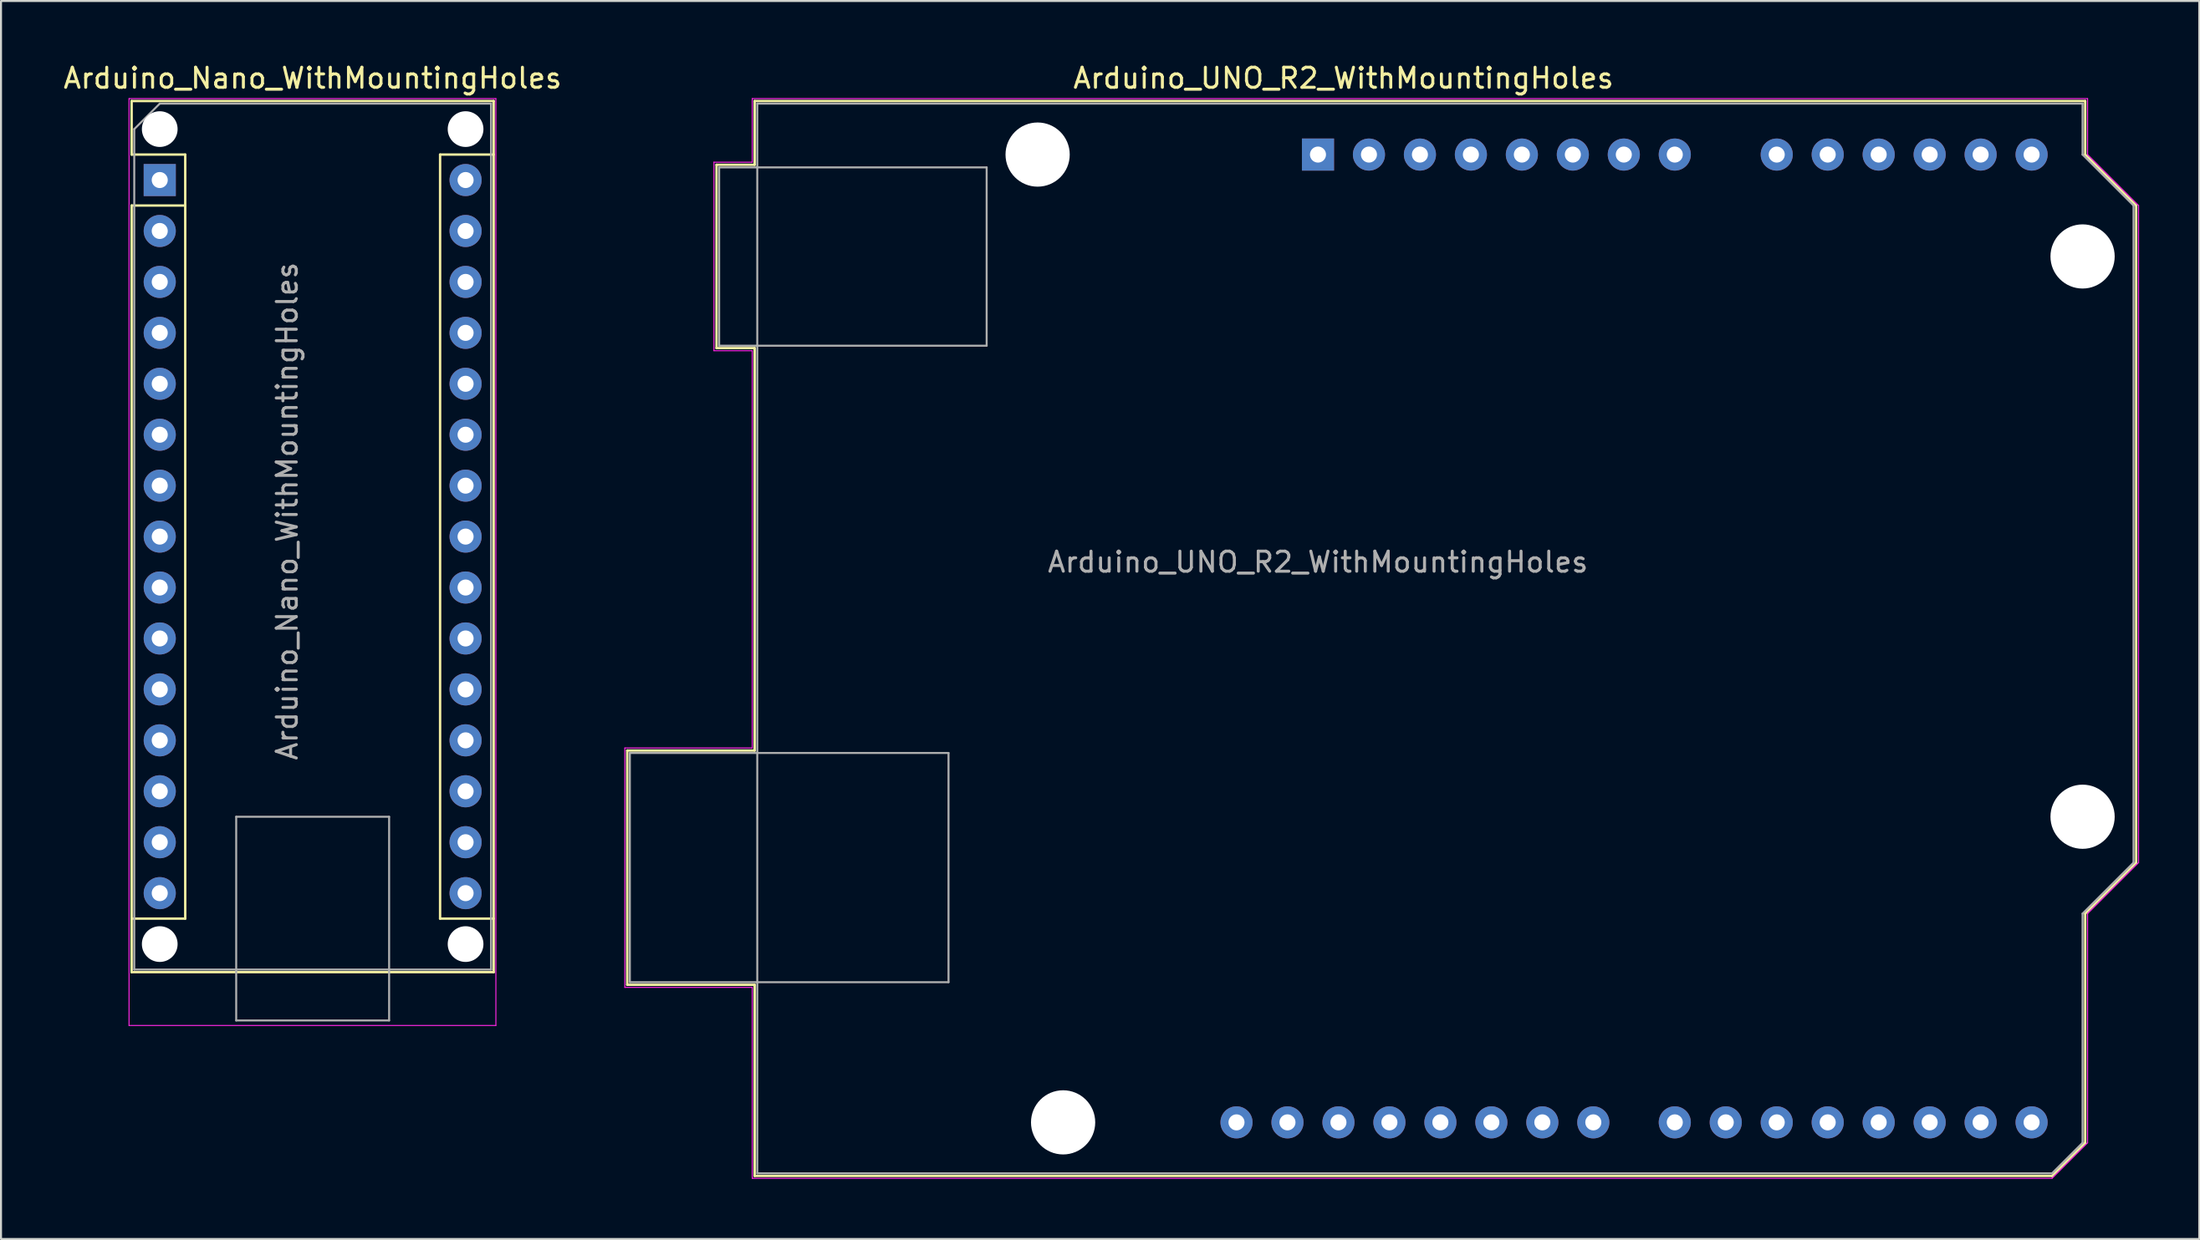
<source format=kicad_pcb>
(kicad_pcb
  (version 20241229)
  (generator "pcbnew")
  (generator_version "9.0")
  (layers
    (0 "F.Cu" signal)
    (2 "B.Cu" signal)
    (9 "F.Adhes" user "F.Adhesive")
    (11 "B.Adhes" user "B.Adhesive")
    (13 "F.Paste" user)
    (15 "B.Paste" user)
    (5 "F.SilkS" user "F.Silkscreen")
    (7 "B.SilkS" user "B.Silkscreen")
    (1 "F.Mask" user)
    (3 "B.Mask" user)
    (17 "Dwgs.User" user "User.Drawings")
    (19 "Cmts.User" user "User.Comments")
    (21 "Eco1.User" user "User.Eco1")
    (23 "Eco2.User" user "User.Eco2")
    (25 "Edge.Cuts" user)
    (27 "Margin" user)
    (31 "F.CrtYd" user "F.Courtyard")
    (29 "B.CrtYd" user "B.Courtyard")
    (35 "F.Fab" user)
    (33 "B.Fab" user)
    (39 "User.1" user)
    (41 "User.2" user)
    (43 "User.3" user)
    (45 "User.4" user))
  (footprint "Arduino_UNO_R2_WithMountingHoles"
    (layer "F.Cu")
    (at 62.625 4.658)
    (property "Reference" "Arduino_UNO_R2_WithMountingHoles" (at 1.27 -3.81 180) (layer "F.SilkS") (effects (font (size 1 1) (thickness 0.15))))
    (attr through_hole)
    (fp_line (start -34.42 29.72) (end -34.42 41.4) (stroke (width 0.12) (type solid)) (layer "F.SilkS"))
    (fp_line (start -34.42 41.4) (end -28.07 41.4) (stroke (width 0.12) (type solid)) (layer "F.SilkS"))
    (fp_line (start -29.97 0.51) (end -29.97 9.65) (stroke (width 0.12) (type solid)) (layer "F.SilkS"))
    (fp_line (start -29.97 9.65) (end -28.07 9.65) (stroke (width 0.12) (type solid)) (layer "F.SilkS"))
    (fp_line (start -28.07 -2.67) (end -28.07 0.51) (stroke (width 0.12) (type solid)) (layer "F.SilkS"))
    (fp_line (start -28.07 0.51) (end -29.97 0.51) (stroke (width 0.12) (type solid)) (layer "F.SilkS"))
    (fp_line (start -28.07 9.65) (end -28.07 29.72) (stroke (width 0.12) (type solid)) (layer "F.SilkS"))
    (fp_line (start -28.07 29.72) (end -34.42 29.72) (stroke (width 0.12) (type solid)) (layer "F.SilkS"))
    (fp_line (start -28.07 41.4) (end -28.07 50.93) (stroke (width 0.12) (type solid)) (layer "F.SilkS"))
    (fp_line (start -28.07 50.93) (end 36.58 50.93) (stroke (width 0.12) (type solid)) (layer "F.SilkS"))
    (fp_line (start 36.58 50.93) (end 38.23 49.28) (stroke (width 0.12) (type solid)) (layer "F.SilkS"))
    (fp_line (start 38.23 -2.67) (end -28.07 -2.67) (stroke (width 0.12) (type solid)) (layer "F.SilkS"))
    (fp_line (start 38.23 0) (end 38.23 -2.67) (stroke (width 0.12) (type solid)) (layer "F.SilkS"))
    (fp_line (start 38.23 37.85) (end 40.77 35.31) (stroke (width 0.12) (type solid)) (layer "F.SilkS"))
    (fp_line (start 38.23 49.28) (end 38.23 37.85) (stroke (width 0.12) (type solid)) (layer "F.SilkS"))
    (fp_line (start 40.77 2.54) (end 38.23 0) (stroke (width 0.12) (type solid)) (layer "F.SilkS"))
    (fp_line (start 40.77 35.31) (end 40.77 2.54) (stroke (width 0.12) (type solid)) (layer "F.SilkS"))
    (fp_line (start -34.54 29.59) (end -28.19 29.59) (stroke (width 0.05) (type solid)) (layer "F.CrtYd"))
    (fp_line (start -34.54 41.53) (end -34.54 29.59) (stroke (width 0.05) (type solid)) (layer "F.CrtYd"))
    (fp_line (start -30.1 0.38) (end -28.19 0.38) (stroke (width 0.05) (type solid)) (layer "F.CrtYd"))
    (fp_line (start -30.1 9.78) (end -30.1 0.38) (stroke (width 0.05) (type solid)) (layer "F.CrtYd"))
    (fp_line (start -28.19 -2.79) (end 38.35 -2.79) (stroke (width 0.05) (type solid)) (layer "F.CrtYd"))
    (fp_line (start -28.19 0.38) (end -28.19 -2.79) (stroke (width 0.05) (type solid)) (layer "F.CrtYd"))
    (fp_line (start -28.19 9.78) (end -30.1 9.78) (stroke (width 0.05) (type solid)) (layer "F.CrtYd"))
    (fp_line (start -28.19 29.59) (end -28.19 9.78) (stroke (width 0.05) (type solid)) (layer "F.CrtYd"))
    (fp_line (start -28.19 41.53) (end -34.54 41.53) (stroke (width 0.05) (type solid)) (layer "F.CrtYd"))
    (fp_line (start -28.19 51.05) (end -28.19 41.53) (stroke (width 0.05) (type solid)) (layer "F.CrtYd"))
    (fp_line (start 36.58 51.05) (end -28.19 51.05) (stroke (width 0.05) (type solid)) (layer "F.CrtYd"))
    (fp_line (start 38.35 -2.79) (end 38.35 0) (stroke (width 0.05) (type solid)) (layer "F.CrtYd"))
    (fp_line (start 38.35 0) (end 40.89 2.54) (stroke (width 0.05) (type solid)) (layer "F.CrtYd"))
    (fp_line (start 38.35 37.85) (end 38.35 49.28) (stroke (width 0.05) (type solid)) (layer "F.CrtYd"))
    (fp_line (start 38.35 49.28) (end 36.58 51.05) (stroke (width 0.05) (type solid)) (layer "F.CrtYd"))
    (fp_line (start 40.89 2.54) (end 40.89 35.31) (stroke (width 0.05) (type solid)) (layer "F.CrtYd"))
    (fp_line (start 40.89 35.31) (end 38.35 37.85) (stroke (width 0.05) (type solid)) (layer "F.CrtYd"))
    (fp_line (start -34.29 29.84) (end -18.41 29.84) (stroke (width 0.1) (type solid)) (layer "F.Fab"))
    (fp_line (start -34.29 41.27) (end -34.29 29.84) (stroke (width 0.1) (type solid)) (layer "F.Fab"))
    (fp_line (start -29.84 0.64) (end -16.51 0.64) (stroke (width 0.1) (type solid)) (layer "F.Fab"))
    (fp_line (start -29.84 9.53) (end -29.84 0.64) (stroke (width 0.1) (type solid)) (layer "F.Fab"))
    (fp_line (start -27.94 -2.54) (end 38.1 -2.54) (stroke (width 0.1) (type solid)) (layer "F.Fab"))
    (fp_line (start -27.94 50.8) (end -27.94 -2.54) (stroke (width 0.1) (type solid)) (layer "F.Fab"))
    (fp_line (start -18.41 29.84) (end -18.41 41.27) (stroke (width 0.1) (type solid)) (layer "F.Fab"))
    (fp_line (start -18.41 41.27) (end -34.29 41.27) (stroke (width 0.1) (type solid)) (layer "F.Fab"))
    (fp_line (start -16.51 0.64) (end -16.51 9.53) (stroke (width 0.1) (type solid)) (layer "F.Fab"))
    (fp_line (start -16.51 9.53) (end -29.84 9.53) (stroke (width 0.1) (type solid)) (layer "F.Fab"))
    (fp_line (start 36.58 50.8) (end -27.94 50.8) (stroke (width 0.1) (type solid)) (layer "F.Fab"))
    (fp_line (start 38.1 -2.54) (end 38.1 0) (stroke (width 0.1) (type solid)) (layer "F.Fab"))
    (fp_line (start 38.1 0) (end 40.64 2.54) (stroke (width 0.1) (type solid)) (layer "F.Fab"))
    (fp_line (start 38.1 37.85) (end 38.1 49.28) (stroke (width 0.1) (type solid)) (layer "F.Fab"))
    (fp_line (start 38.1 49.28) (end 36.58 50.8) (stroke (width 0.1) (type solid)) (layer "F.Fab"))
    (fp_line (start 40.64 2.54) (end 40.64 35.31) (stroke (width 0.1) (type solid)) (layer "F.Fab"))
    (fp_line (start 40.64 35.31) (end 38.1 37.85) (stroke (width 0.1) (type solid)) (layer "F.Fab"))
    (fp_text user "${REFERENCE}" (at 0 20.32 180) (layer "F.Fab") (effects (font (size 1 1) (thickness 0.15))))
    (pad "" np_thru_hole circle (at -13.97 0 90) (size 3.2 3.2) (drill 3.2) (layers "*.Cu" "*.Mask"))
    (pad "" np_thru_hole circle (at -12.7 48.26 90) (size 3.2 3.2) (drill 3.2) (layers "*.Cu" "*.Mask"))
    (pad "" np_thru_hole circle (at 38.1 5.08 90) (size 3.2 3.2) (drill 3.2) (layers "*.Cu" "*.Mask"))
    (pad "" np_thru_hole circle (at 38.1 33.02 90) (size 3.2 3.2) (drill 3.2) (layers "*.Cu" "*.Mask"))
    (pad "1" thru_hole rect (at 0 0 90) (size 1.6 1.6) (drill 0.8) (layers "*.Cu" "*.Mask"))
    (pad "2" thru_hole oval (at 2.54 0 90) (size 1.6 1.6) (drill 0.8) (layers "*.Cu" "*.Mask"))
    (pad "3" thru_hole oval (at 5.08 0 90) (size 1.6 1.6) (drill 0.8) (layers "*.Cu" "*.Mask"))
    (pad "4" thru_hole oval (at 7.62 0 90) (size 1.6 1.6) (drill 0.8) (layers "*.Cu" "*.Mask"))
    (pad "5" thru_hole oval (at 10.16 0 90) (size 1.6 1.6) (drill 0.8) (layers "*.Cu" "*.Mask"))
    (pad "6" thru_hole oval (at 12.7 0 90) (size 1.6 1.6) (drill 0.8) (layers "*.Cu" "*.Mask"))
    (pad "7" thru_hole oval (at 15.24 0 90) (size 1.6 1.6) (drill 0.8) (layers "*.Cu" "*.Mask"))
    (pad "8" thru_hole oval (at 17.78 0 90) (size 1.6 1.6) (drill 0.8) (layers "*.Cu" "*.Mask"))
    (pad "9" thru_hole oval (at 22.86 0 90) (size 1.6 1.6) (drill 0.8) (layers "*.Cu" "*.Mask"))
    (pad "10" thru_hole oval (at 25.4 0 90) (size 1.6 1.6) (drill 0.8) (layers "*.Cu" "*.Mask"))
    (pad "11" thru_hole oval (at 27.94 0 90) (size 1.6 1.6) (drill 0.8) (layers "*.Cu" "*.Mask"))
    (pad "12" thru_hole oval (at 30.48 0 90) (size 1.6 1.6) (drill 0.8) (layers "*.Cu" "*.Mask"))
    (pad "13" thru_hole oval (at 33.02 0 90) (size 1.6 1.6) (drill 0.8) (layers "*.Cu" "*.Mask"))
    (pad "14" thru_hole oval (at 35.56 0 90) (size 1.6 1.6) (drill 0.8) (layers "*.Cu" "*.Mask"))
    (pad "15" thru_hole oval (at 35.56 48.26 90) (size 1.6 1.6) (drill 0.8) (layers "*.Cu" "*.Mask"))
    (pad "16" thru_hole oval (at 33.02 48.26 90) (size 1.6 1.6) (drill 0.8) (layers "*.Cu" "*.Mask"))
    (pad "17" thru_hole oval (at 30.48 48.26 90) (size 1.6 1.6) (drill 0.8) (layers "*.Cu" "*.Mask"))
    (pad "18" thru_hole oval (at 27.94 48.26 90) (size 1.6 1.6) (drill 0.8) (layers "*.Cu" "*.Mask"))
    (pad "19" thru_hole oval (at 25.4 48.26 90) (size 1.6 1.6) (drill 0.8) (layers "*.Cu" "*.Mask"))
    (pad "20" thru_hole oval (at 22.86 48.26 90) (size 1.6 1.6) (drill 0.8) (layers "*.Cu" "*.Mask"))
    (pad "21" thru_hole oval (at 20.32 48.26 90) (size 1.6 1.6) (drill 0.8) (layers "*.Cu" "*.Mask"))
    (pad "22" thru_hole oval (at 17.78 48.26 90) (size 1.6 1.6) (drill 0.8) (layers "*.Cu" "*.Mask"))
    (pad "23" thru_hole oval (at 13.72 48.26 90) (size 1.6 1.6) (drill 0.8) (layers "*.Cu" "*.Mask"))
    (pad "24" thru_hole oval (at 11.18 48.26 90) (size 1.6 1.6) (drill 0.8) (layers "*.Cu" "*.Mask"))
    (pad "25" thru_hole oval (at 8.64 48.26 90) (size 1.6 1.6) (drill 0.8) (layers "*.Cu" "*.Mask"))
    (pad "26" thru_hole oval (at 6.1 48.26 90) (size 1.6 1.6) (drill 0.8) (layers "*.Cu" "*.Mask"))
    (pad "27" thru_hole oval (at 3.56 48.26 90) (size 1.6 1.6) (drill 0.8) (layers "*.Cu" "*.Mask"))
    (pad "28" thru_hole oval (at 1.02 48.26 90) (size 1.6 1.6) (drill 0.8) (layers "*.Cu" "*.Mask"))
    (pad "29" thru_hole oval (at -1.52 48.26 90) (size 1.6 1.6) (drill 0.8) (layers "*.Cu" "*.Mask"))
    (pad "30" thru_hole oval (at -4.06 48.26 90) (size 1.6 1.6) (drill 0.8) (layers "*.Cu" "*.Mask")))
  (footprint "Arduino_Nano_WithMountingHoles"
    (layer "F.Cu")
    (at 4.91 5.928)
    (property "Reference" "Arduino_Nano_WithMountingHoles" (at 7.62 -5.08 0) (layer "F.SilkS") (effects (font (size 1 1) (thickness 0.15))))
    (attr through_hole)
    (fp_line (start -1.4 -3.94) (end -1.4 -1.27) (stroke (width 0.12) (type solid)) (layer "F.SilkS"))
    (fp_line (start -1.4 1.27) (end -1.4 39.5) (stroke (width 0.12) (type solid)) (layer "F.SilkS"))
    (fp_line (start -1.4 39.5) (end 16.64 39.5) (stroke (width 0.12) (type solid)) (layer "F.SilkS"))
    (fp_line (start 1.27 -1.27) (end -1.4 -1.27) (stroke (width 0.12) (type solid)) (layer "F.SilkS"))
    (fp_line (start 1.27 1.27) (end -1.4 1.27) (stroke (width 0.12) (type solid)) (layer "F.SilkS"))
    (fp_line (start 1.27 1.27) (end 1.27 -1.27) (stroke (width 0.12) (type solid)) (layer "F.SilkS"))
    (fp_line (start 1.27 1.27) (end 1.27 36.83) (stroke (width 0.12) (type solid)) (layer "F.SilkS"))
    (fp_line (start 1.27 36.83) (end -1.4 36.83) (stroke (width 0.12) (type solid)) (layer "F.SilkS"))
    (fp_line (start 13.97 -1.27) (end 13.97 36.83) (stroke (width 0.12) (type solid)) (layer "F.SilkS"))
    (fp_line (start 13.97 -1.27) (end 16.64 -1.27) (stroke (width 0.12) (type solid)) (layer "F.SilkS"))
    (fp_line (start 13.97 36.83) (end 16.64 36.83) (stroke (width 0.12) (type solid)) (layer "F.SilkS"))
    (fp_line (start 16.64 -3.94) (end -1.4 -3.94) (stroke (width 0.12) (type solid)) (layer "F.SilkS"))
    (fp_line (start 16.64 39.5) (end 16.64 -3.94) (stroke (width 0.12) (type solid)) (layer "F.SilkS"))
    (fp_line (start -1.53 -4.06) (end -1.53 42.16) (stroke (width 0.05) (type solid)) (layer "F.CrtYd"))
    (fp_line (start -1.53 -4.06) (end 16.75 -4.06) (stroke (width 0.05) (type solid)) (layer "F.CrtYd"))
    (fp_line (start 16.75 42.16) (end -1.53 42.16) (stroke (width 0.05) (type solid)) (layer "F.CrtYd"))
    (fp_line (start 16.75 42.16) (end 16.75 -4.06) (stroke (width 0.05) (type solid)) (layer "F.CrtYd"))
    (fp_line (start -1.27 -2.54) (end 0 -3.81) (stroke (width 0.1) (type solid)) (layer "F.Fab"))
    (fp_line (start -1.27 39.37) (end -1.27 -2.54) (stroke (width 0.1) (type solid)) (layer "F.Fab"))
    (fp_line (start 0 -3.81) (end 16.51 -3.81) (stroke (width 0.1) (type solid)) (layer "F.Fab"))
    (fp_line (start 3.81 31.75) (end 11.43 31.75) (stroke (width 0.1) (type solid)) (layer "F.Fab"))
    (fp_line (start 3.81 41.91) (end 3.81 31.75) (stroke (width 0.1) (type solid)) (layer "F.Fab"))
    (fp_line (start 11.43 31.75) (end 11.43 41.91) (stroke (width 0.1) (type solid)) (layer "F.Fab"))
    (fp_line (start 11.43 41.91) (end 3.81 41.91) (stroke (width 0.1) (type solid)) (layer "F.Fab"))
    (fp_line (start 16.51 -3.81) (end 16.51 39.37) (stroke (width 0.1) (type solid)) (layer "F.Fab"))
    (fp_line (start 16.51 39.37) (end -1.27 39.37) (stroke (width 0.1) (type solid)) (layer "F.Fab"))
    (fp_text user "${REFERENCE}" (at 6.35 16.51 90) (layer "F.Fab") (effects (font (size 1 1) (thickness 0.15))))
    (pad "" np_thru_hole circle (at 0 -2.54) (size 1.78 1.78) (drill 1.78) (layers "*.Cu" "*.Mask"))
    (pad "" np_thru_hole circle (at 0 38.1) (size 1.78 1.78) (drill 1.78) (layers "*.Cu" "*.Mask"))
    (pad "" np_thru_hole circle (at 15.24 -2.54) (size 1.78 1.78) (drill 1.78) (layers "*.Cu" "*.Mask"))
    (pad "" np_thru_hole circle (at 15.24 38.1) (size 1.78 1.78) (drill 1.78) (layers "*.Cu" "*.Mask"))
    (pad "1" thru_hole rect (at 0 0) (size 1.6 1.6) (drill 0.8) (layers "*.Cu" "*.Mask"))
    (pad "2" thru_hole oval (at 0 2.54) (size 1.6 1.6) (drill 0.8) (layers "*.Cu" "*.Mask"))
    (pad "3" thru_hole oval (at 0 5.08) (size 1.6 1.6) (drill 0.8) (layers "*.Cu" "*.Mask"))
    (pad "4" thru_hole oval (at 0 7.62) (size 1.6 1.6) (drill 0.8) (layers "*.Cu" "*.Mask"))
    (pad "5" thru_hole oval (at 0 10.16) (size 1.6 1.6) (drill 0.8) (layers "*.Cu" "*.Mask"))
    (pad "6" thru_hole oval (at 0 12.7) (size 1.6 1.6) (drill 0.8) (layers "*.Cu" "*.Mask"))
    (pad "7" thru_hole oval (at 0 15.24) (size 1.6 1.6) (drill 0.8) (layers "*.Cu" "*.Mask"))
    (pad "8" thru_hole oval (at 0 17.78) (size 1.6 1.6) (drill 0.8) (layers "*.Cu" "*.Mask"))
    (pad "9" thru_hole oval (at 0 20.32) (size 1.6 1.6) (drill 0.8) (layers "*.Cu" "*.Mask"))
    (pad "10" thru_hole oval (at 0 22.86) (size 1.6 1.6) (drill 0.8) (layers "*.Cu" "*.Mask"))
    (pad "11" thru_hole oval (at 0 25.4) (size 1.6 1.6) (drill 0.8) (layers "*.Cu" "*.Mask"))
    (pad "12" thru_hole oval (at 0 27.94) (size 1.6 1.6) (drill 0.8) (layers "*.Cu" "*.Mask"))
    (pad "13" thru_hole oval (at 0 30.48) (size 1.6 1.6) (drill 0.8) (layers "*.Cu" "*.Mask"))
    (pad "14" thru_hole oval (at 0 33.02) (size 1.6 1.6) (drill 0.8) (layers "*.Cu" "*.Mask"))
    (pad "15" thru_hole oval (at 0 35.56) (size 1.6 1.6) (drill 0.8) (layers "*.Cu" "*.Mask"))
    (pad "16" thru_hole oval (at 15.24 35.56) (size 1.6 1.6) (drill 0.8) (layers "*.Cu" "*.Mask"))
    (pad "17" thru_hole oval (at 15.24 33.02) (size 1.6 1.6) (drill 0.8) (layers "*.Cu" "*.Mask"))
    (pad "18" thru_hole oval (at 15.24 30.48) (size 1.6 1.6) (drill 0.8) (layers "*.Cu" "*.Mask"))
    (pad "19" thru_hole oval (at 15.24 27.94) (size 1.6 1.6) (drill 0.8) (layers "*.Cu" "*.Mask"))
    (pad "20" thru_hole oval (at 15.24 25.4) (size 1.6 1.6) (drill 0.8) (layers "*.Cu" "*.Mask"))
    (pad "21" thru_hole oval (at 15.24 22.86) (size 1.6 1.6) (drill 0.8) (layers "*.Cu" "*.Mask"))
    (pad "22" thru_hole oval (at 15.24 20.32) (size 1.6 1.6) (drill 0.8) (layers "*.Cu" "*.Mask"))
    (pad "23" thru_hole oval (at 15.24 17.78) (size 1.6 1.6) (drill 0.8) (layers "*.Cu" "*.Mask"))
    (pad "24" thru_hole oval (at 15.24 15.24) (size 1.6 1.6) (drill 0.8) (layers "*.Cu" "*.Mask"))
    (pad "25" thru_hole oval (at 15.24 12.7) (size 1.6 1.6) (drill 0.8) (layers "*.Cu" "*.Mask"))
    (pad "26" thru_hole oval (at 15.24 10.16) (size 1.6 1.6) (drill 0.8) (layers "*.Cu" "*.Mask"))
    (pad "27" thru_hole oval (at 15.24 7.62) (size 1.6 1.6) (drill 0.8) (layers "*.Cu" "*.Mask"))
    (pad "28" thru_hole oval (at 15.24 5.08) (size 1.6 1.6) (drill 0.8) (layers "*.Cu" "*.Mask"))
    (pad "29" thru_hole oval (at 15.24 2.54) (size 1.6 1.6) (drill 0.8) (layers "*.Cu" "*.Mask"))
    (pad "30" thru_hole oval (at 15.24 0) (size 1.6 1.6) (drill 0.8) (layers "*.Cu" "*.Mask")))
  (gr_rect
    (start -3 -3)
    (end 106.54 58.733)
    (stroke (width 0.1) (type default))
    (fill no)
    (layer "Edge.Cuts")))
</source>
